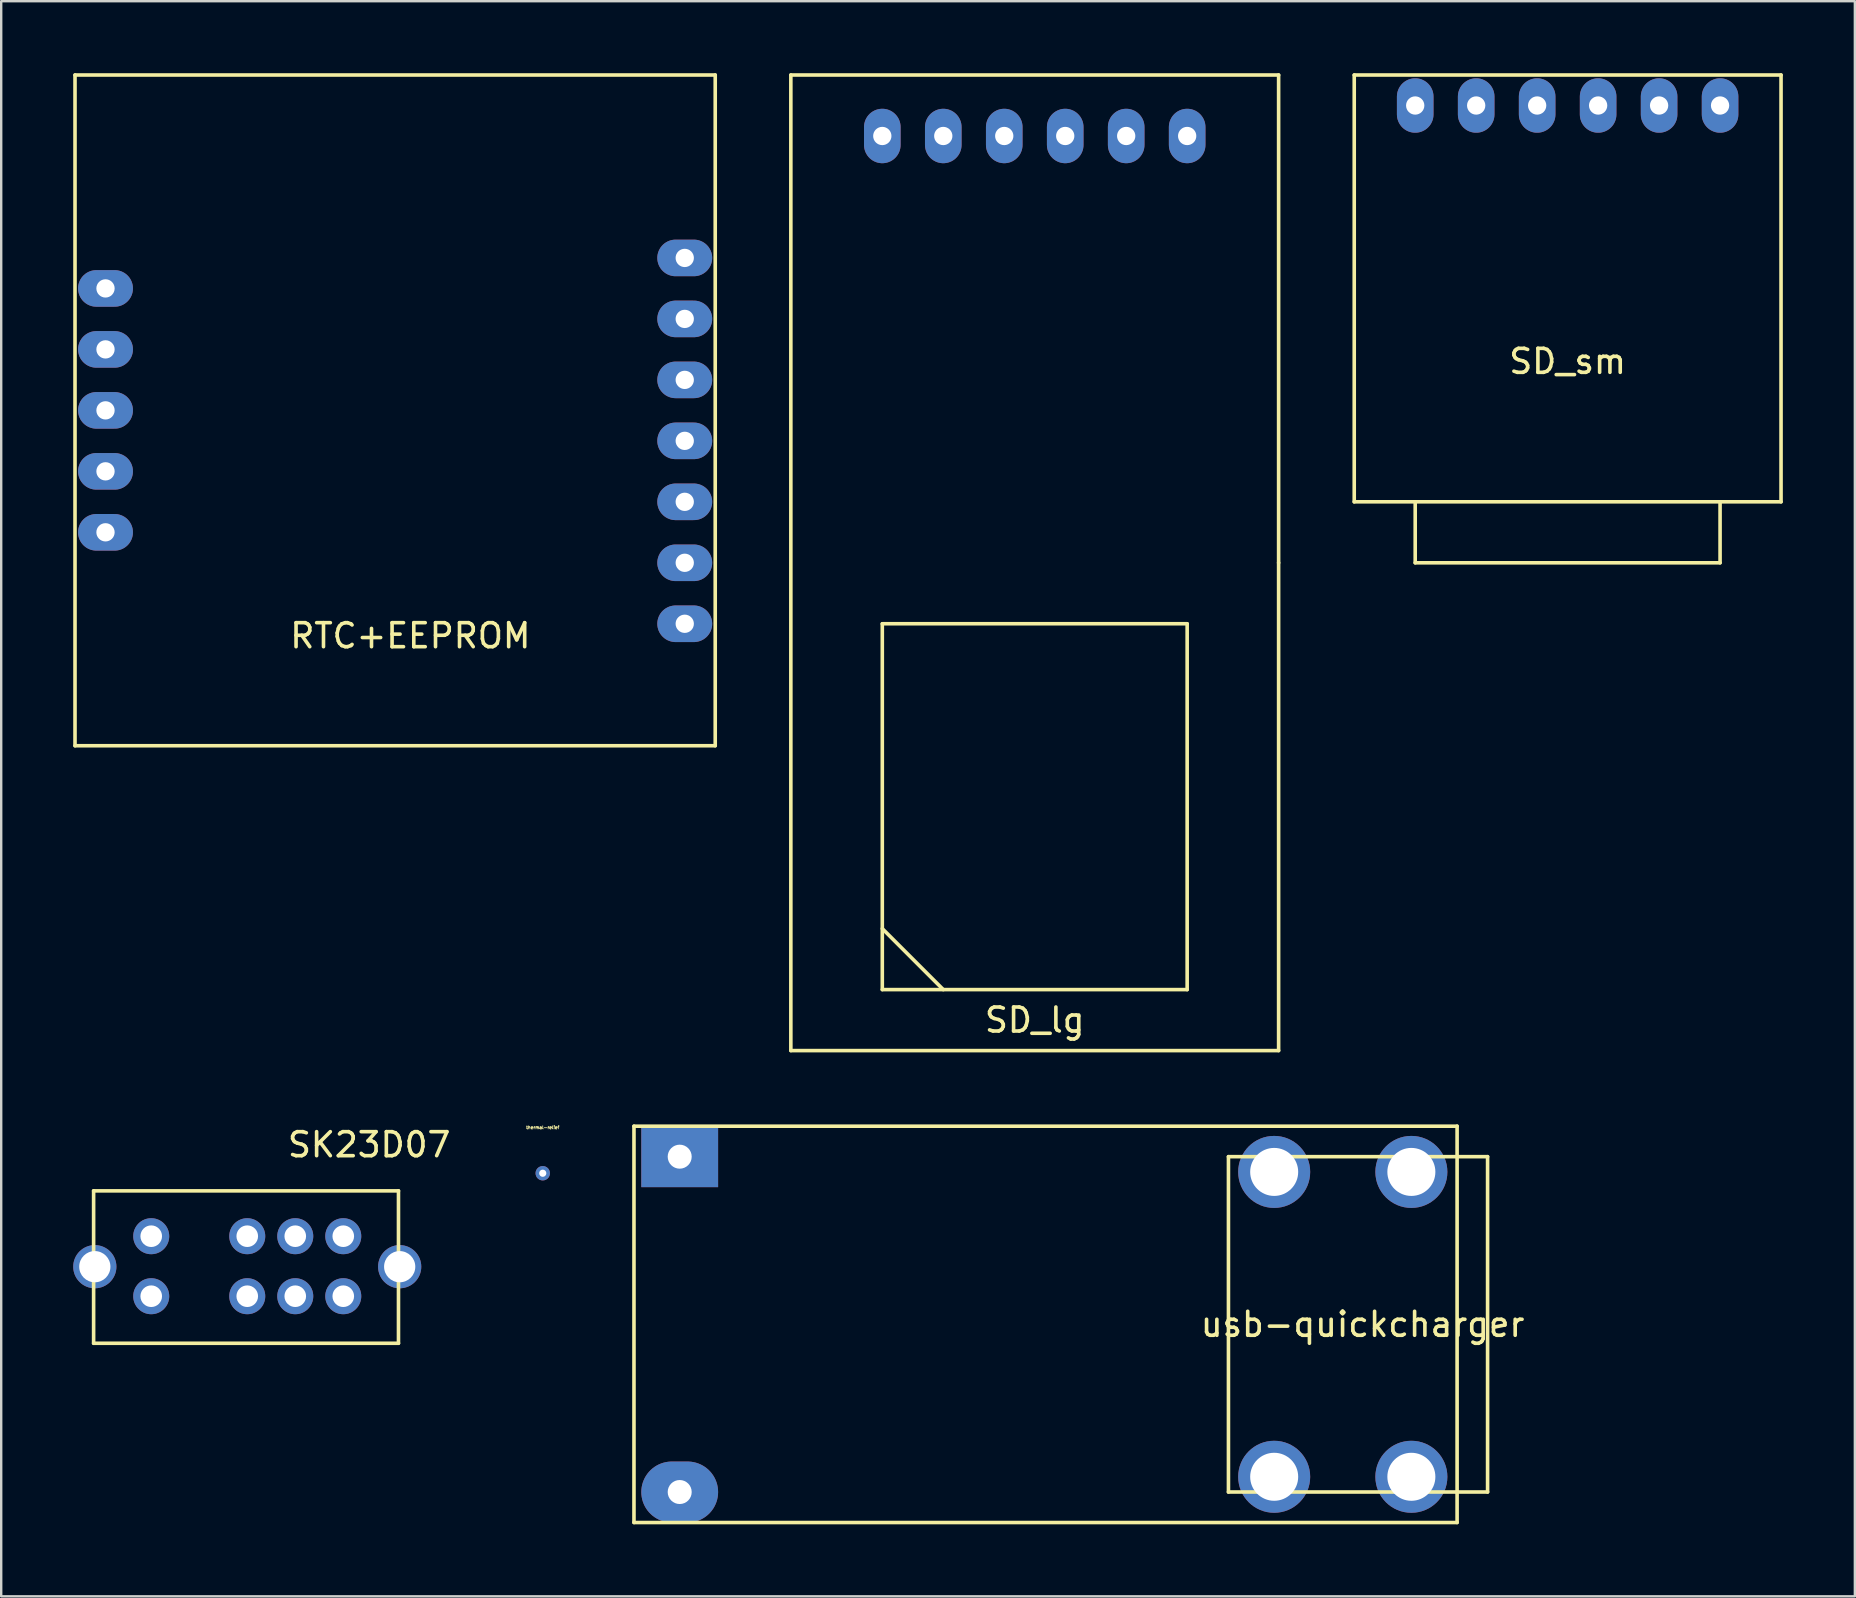
<source format=kicad_pcb>
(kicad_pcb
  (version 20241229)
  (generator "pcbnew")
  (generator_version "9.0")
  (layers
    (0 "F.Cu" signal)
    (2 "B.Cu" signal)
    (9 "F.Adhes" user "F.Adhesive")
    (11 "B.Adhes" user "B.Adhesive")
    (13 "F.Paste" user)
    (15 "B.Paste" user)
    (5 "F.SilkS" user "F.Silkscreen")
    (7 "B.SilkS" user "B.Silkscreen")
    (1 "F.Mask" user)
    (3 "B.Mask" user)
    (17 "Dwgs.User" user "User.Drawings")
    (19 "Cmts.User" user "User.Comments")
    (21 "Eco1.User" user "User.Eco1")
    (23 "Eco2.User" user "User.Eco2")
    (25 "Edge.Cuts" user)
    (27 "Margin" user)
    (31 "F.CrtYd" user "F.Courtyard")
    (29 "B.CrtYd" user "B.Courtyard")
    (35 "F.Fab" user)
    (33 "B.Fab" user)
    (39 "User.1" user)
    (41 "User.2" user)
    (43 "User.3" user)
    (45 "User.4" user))
  (footprint "usb-quickcharger"
    (layer "F.Cu")
    (at 40.505 52.12)
    (property "Reference" "usb-quickcharger" (at 13.208 0 0) (layer "F.SilkS") (effects (font (size 1 1) (thickness 0.15))))
    (attr through_hole)
    (fp_line (start -17.145 -8.255) (end -17.145 8.255) (stroke (width 0.15) (type solid)) (layer "F.SilkS"))
    (fp_line (start -17.145 8.255) (end 17.145 8.255) (stroke (width 0.15) (type solid)) (layer "F.SilkS"))
    (fp_line (start 7.62 -6.985) (end 17.145 -6.985) (stroke (width 0.15) (type solid)) (layer "F.SilkS"))
    (fp_line (start 7.62 6.985) (end 7.62 -6.985) (stroke (width 0.15) (type solid)) (layer "F.SilkS"))
    (fp_line (start 7.62 6.985) (end 17.145 6.985) (stroke (width 0.15) (type solid)) (layer "F.SilkS"))
    (fp_line (start 17.145 -8.255) (end -17.145 -8.255) (stroke (width 0.15) (type solid)) (layer "F.SilkS"))
    (fp_line (start 17.145 -6.985) (end 18.415 -6.985) (stroke (width 0.15) (type solid)) (layer "F.SilkS"))
    (fp_line (start 17.145 8.255) (end 17.145 -8.255) (stroke (width 0.15) (type solid)) (layer "F.SilkS"))
    (fp_line (start 18.415 -6.985) (end 18.415 6.985) (stroke (width 0.15) (type solid)) (layer "F.SilkS"))
    (fp_line (start 18.415 6.985) (end 17.145 6.985) (stroke (width 0.15) (type solid)) (layer "F.SilkS"))
    (pad "" thru_hole circle (at 9.525 -6.35) (size 3 3) (drill 2) (layers "*.Cu" "*.Mask"))
    (pad "" thru_hole circle (at 9.525 6.35) (size 3 3) (drill 2) (layers "*.Cu" "*.Mask"))
    (pad "" thru_hole circle (at 15.24 -6.35) (size 3 3) (drill 2) (layers "*.Cu" "*.Mask"))
    (pad "" thru_hole circle (at 15.24 6.35) (size 3 3) (drill 2) (layers "*.Cu" "*.Mask"))
    (pad "1" thru_hole rect (at -15.24 -6.985) (size 3.2 2.54) (drill 1) (layers "*.Cu" "*.Mask"))
    (pad "2" thru_hole oval (at -15.24 6.985) (size 3.2 2.54) (drill 1) (layers "*.Cu" "*.Mask")))
  (footprint "SK23D07"
    (layer "F.Cu")
    (at 7.25 48.448)
    (property "Reference" "SK23D07" (at 5.08 -3.81 0) (layer "F.SilkS") (effects (font (size 1 1) (thickness 0.15))))
    (attr through_hole)
    (fp_line (start -6.4 -1.89) (end -6.4 4.46) (stroke (width 0.15) (type solid)) (layer "F.SilkS"))
    (fp_line (start -6.4 -1.89) (end 6.3 -1.89) (stroke (width 0.15) (type solid)) (layer "F.SilkS"))
    (fp_line (start -6.4 4.46) (end 6.3 4.46) (stroke (width 0.15) (type solid)) (layer "F.SilkS"))
    (fp_line (start 6.3 -1.89) (end 6.3 4.46) (stroke (width 0.15) (type solid)) (layer "F.SilkS"))
    (pad "" np_thru_hole circle (at -6.35 1.27) (size 1.8 1.8) (drill 1.3) (layers "*.Cu" "*.Mask"))
    (pad "" np_thru_hole circle (at 6.35 1.27) (size 1.8 1.8) (drill 1.3) (layers "*.Cu" "*.Mask"))
    (pad "1" thru_hole circle (at -4 0) (size 1.5 1.5) (drill 0.9) (layers "*.Cu" "*.Mask"))
    (pad "2" thru_hole circle (at 0 0) (size 1.5 1.5) (drill 0.9) (layers "*.Cu" "*.Mask"))
    (pad "3" thru_hole circle (at 2 0) (size 1.5 1.5) (drill 0.9) (layers "*.Cu" "*.Mask"))
    (pad "4" thru_hole circle (at 4 0) (size 1.5 1.5) (drill 0.9) (layers "*.Cu" "*.Mask"))
    (pad "5" thru_hole circle (at -4 2.5) (size 1.5 1.5) (drill 0.9) (layers "*.Cu" "*.Mask"))
    (pad "6" thru_hole circle (at 0 2.5) (size 1.5 1.5) (drill 0.9) (layers "*.Cu" "*.Mask"))
    (pad "7" thru_hole circle (at 2 2.5) (size 1.5 1.5) (drill 0.9) (layers "*.Cu" "*.Mask"))
    (pad "8" thru_hole circle (at 4 2.5) (size 1.5 1.5) (drill 0.9) (layers "*.Cu" "*.Mask")))
  (footprint "SD_sm"
    (layer "F.Cu")
    (at 62.255 8.965)
    (property "Reference" "SD_sm" (at 0 3.04 0) (layer "F.SilkS") (effects (font (size 1 1) (thickness 0.15))))
    (attr through_hole)
    (fp_line (start -8.89 -8.89) (end -8.89 8.89) (stroke (width 0.15) (type solid)) (layer "F.SilkS"))
    (fp_line (start -8.89 -8.89) (end 8.89 -8.89) (stroke (width 0.15) (type solid)) (layer "F.SilkS"))
    (fp_line (start -6.35 8.89) (end -6.35 11.43) (stroke (width 0.15) (type solid)) (layer "F.SilkS"))
    (fp_line (start -6.35 11.43) (end 6.35 11.43) (stroke (width 0.15) (type solid)) (layer "F.SilkS"))
    (fp_line (start 6.35 11.43) (end 6.35 8.89) (stroke (width 0.15) (type solid)) (layer "F.SilkS"))
    (fp_line (start 8.89 -8.89) (end 8.89 8.89) (stroke (width 0.15) (type solid)) (layer "F.SilkS"))
    (fp_line (start 8.89 8.89) (end -8.89 8.89) (stroke (width 0.15) (type solid)) (layer "F.SilkS"))
    (pad "1" thru_hole oval (at 6.35 -7.62) (size 1.524 2.268) (drill 0.762) (layers "*.Cu" "*.Mask"))
    (pad "2" thru_hole oval (at 3.81 -7.62) (size 1.524 2.268) (drill 0.762) (layers "*.Cu" "*.Mask"))
    (pad "3" thru_hole oval (at 1.27 -7.62) (size 1.524 2.268) (drill 0.762) (layers "*.Cu" "*.Mask"))
    (pad "4" thru_hole oval (at -1.27 -7.62) (size 1.524 2.268) (drill 0.762) (layers "*.Cu" "*.Mask"))
    (pad "5" thru_hole oval (at -3.81 -7.62) (size 1.524 2.268) (drill 0.762) (layers "*.Cu" "*.Mask"))
    (pad "6" thru_hole oval (at -6.35 -7.62) (size 1.524 2.268) (drill 0.762) (layers "*.Cu" "*.Mask")))
  (footprint "thermal-relief"
    (layer "F.Cu")
    (at 19.56 45.825)
    (property "Reference" "thermal-relief" (at 0 -1.905 0) (layer "F.SilkS") (effects (font (size 0.127 0.127) (thickness 0.032))))
    (attr through_hole)
    (pad "" thru_hole circle (at 0 0) (size 0.6 0.6) (drill 0.3) (layers "*.Cu" "*.Mask")))
  (footprint "SD_lg"
    (layer "F.Cu")
    (at 40.055 20.395)
    (property "Reference" "SD_lg" (at 0 19.05 0) (layer "F.SilkS") (effects (font (size 1 1) (thickness 0.15))))
    (attr through_hole)
    (fp_line (start -10.16 20.32) (end -10.16 -20.32) (stroke (width 0.15) (type solid)) (layer "F.SilkS"))
    (fp_line (start -6.35 2.54) (end 6.35 2.54) (stroke (width 0.15) (type solid)) (layer "F.SilkS"))
    (fp_line (start -6.35 15.24) (end -3.81 17.78) (stroke (width 0.15) (type solid)) (layer "F.SilkS"))
    (fp_line (start -6.35 17.78) (end -6.35 2.54) (stroke (width 0.15) (type solid)) (layer "F.SilkS"))
    (fp_line (start 6.35 2.54) (end 6.35 17.78) (stroke (width 0.15) (type solid)) (layer "F.SilkS"))
    (fp_line (start 6.35 17.78) (end -6.35 17.78) (stroke (width 0.15) (type solid)) (layer "F.SilkS"))
    (fp_line (start 10.16 -20.32) (end -10.16 -20.32) (stroke (width 0.15) (type solid)) (layer "F.SilkS"))
    (fp_line (start 10.16 -20.32) (end 10.16 0) (stroke (width 0.15) (type solid)) (layer "F.SilkS"))
    (fp_line (start 10.16 0) (end 10.16 20.32) (stroke (width 0.15) (type solid)) (layer "F.SilkS"))
    (fp_line (start 10.16 20.32) (end -10.16 20.32) (stroke (width 0.15) (type solid)) (layer "F.SilkS"))
    (pad "1" thru_hole oval (at 6.35 -17.78) (size 1.524 2.268) (drill 0.762) (layers "*.Cu" "*.Mask"))
    (pad "2" thru_hole oval (at 3.81 -17.78) (size 1.524 2.268) (drill 0.762) (layers "*.Cu" "*.Mask"))
    (pad "3" thru_hole oval (at 1.27 -17.78) (size 1.524 2.268) (drill 0.762) (layers "*.Cu" "*.Mask"))
    (pad "4" thru_hole oval (at -1.27 -17.78) (size 1.524 2.268) (drill 0.762) (layers "*.Cu" "*.Mask"))
    (pad "5" thru_hole oval (at -3.81 -17.78) (size 1.524 2.268) (drill 0.762) (layers "*.Cu" "*.Mask"))
    (pad "6" thru_hole oval (at -6.35 -17.78) (size 1.524 2.268) (drill 0.762) (layers "*.Cu" "*.Mask")))
  (footprint "RTC+EEPROM"
    (layer "F.Cu")
    (at 14.045 22.935)
    (property "Reference" "RTC+EEPROM" (at 0 0.5 0) (layer "F.SilkS") (effects (font (size 1 1) (thickness 0.15))))
    (attr through_hole)
    (fp_line (start -13.97 -22.86) (end -13.97 5.08) (stroke (width 0.15) (type solid)) (layer "F.SilkS"))
    (fp_line (start -13.97 -22.86) (end 12.7 -22.86) (stroke (width 0.15) (type solid)) (layer "F.SilkS"))
    (fp_line (start -13.97 5.08) (end 12.7 5.08) (stroke (width 0.15) (type solid)) (layer "F.SilkS"))
    (fp_line (start 12.7 -22.86) (end 12.7 5.08) (stroke (width 0.15) (type solid)) (layer "F.SilkS"))
    (pad "1" thru_hole oval (at -12.7 -13.97) (size 2.286 1.524) (drill 0.762) (layers "*.Cu" "*.Mask"))
    (pad "1" thru_hole oval (at 11.43 -12.7) (size 2.286 1.524) (drill 0.762) (layers "*.Cu" "*.Mask"))
    (pad "2" thru_hole oval (at -12.7 -11.43) (size 2.286 1.524) (drill 0.762) (layers "*.Cu" "*.Mask"))
    (pad "2" thru_hole oval (at 11.43 -10.16) (size 2.286 1.524) (drill 0.762) (layers "*.Cu" "*.Mask"))
    (pad "3" thru_hole oval (at -12.7 -8.89) (size 2.286 1.524) (drill 0.762) (layers "*.Cu" "*.Mask"))
    (pad "3" thru_hole oval (at 11.43 -7.62) (size 2.286 1.524) (drill 0.762) (layers "*.Cu" "*.Mask"))
    (pad "4" thru_hole oval (at -12.7 -6.35) (size 2.286 1.524) (drill 0.762) (layers "*.Cu" "*.Mask"))
    (pad "4" thru_hole oval (at 11.43 -5.08) (size 2.286 1.524) (drill 0.762) (layers "*.Cu" "*.Mask"))
    (pad "5" thru_hole oval (at -12.7 -3.81) (size 2.286 1.524) (drill 0.762) (layers "*.Cu" "*.Mask"))
    (pad "5" thru_hole oval (at 11.43 -2.54) (size 2.286 1.524) (drill 0.762) (layers "*.Cu" "*.Mask"))
    (pad "6" thru_hole oval (at 11.43 -15.24) (size 2.286 1.524) (drill 0.762) (layers "*.Cu" "*.Mask"))
    (pad "12" thru_hole oval (at 11.43 0) (size 2.286 1.524) (drill 0.762) (layers "*.Cu" "*.Mask")))
  (gr_rect
    (start -3 -3)
    (end 74.22 63.45)
    (stroke (width 0.1) (type default))
    (fill no)
    (layer "Edge.Cuts")))
</source>
